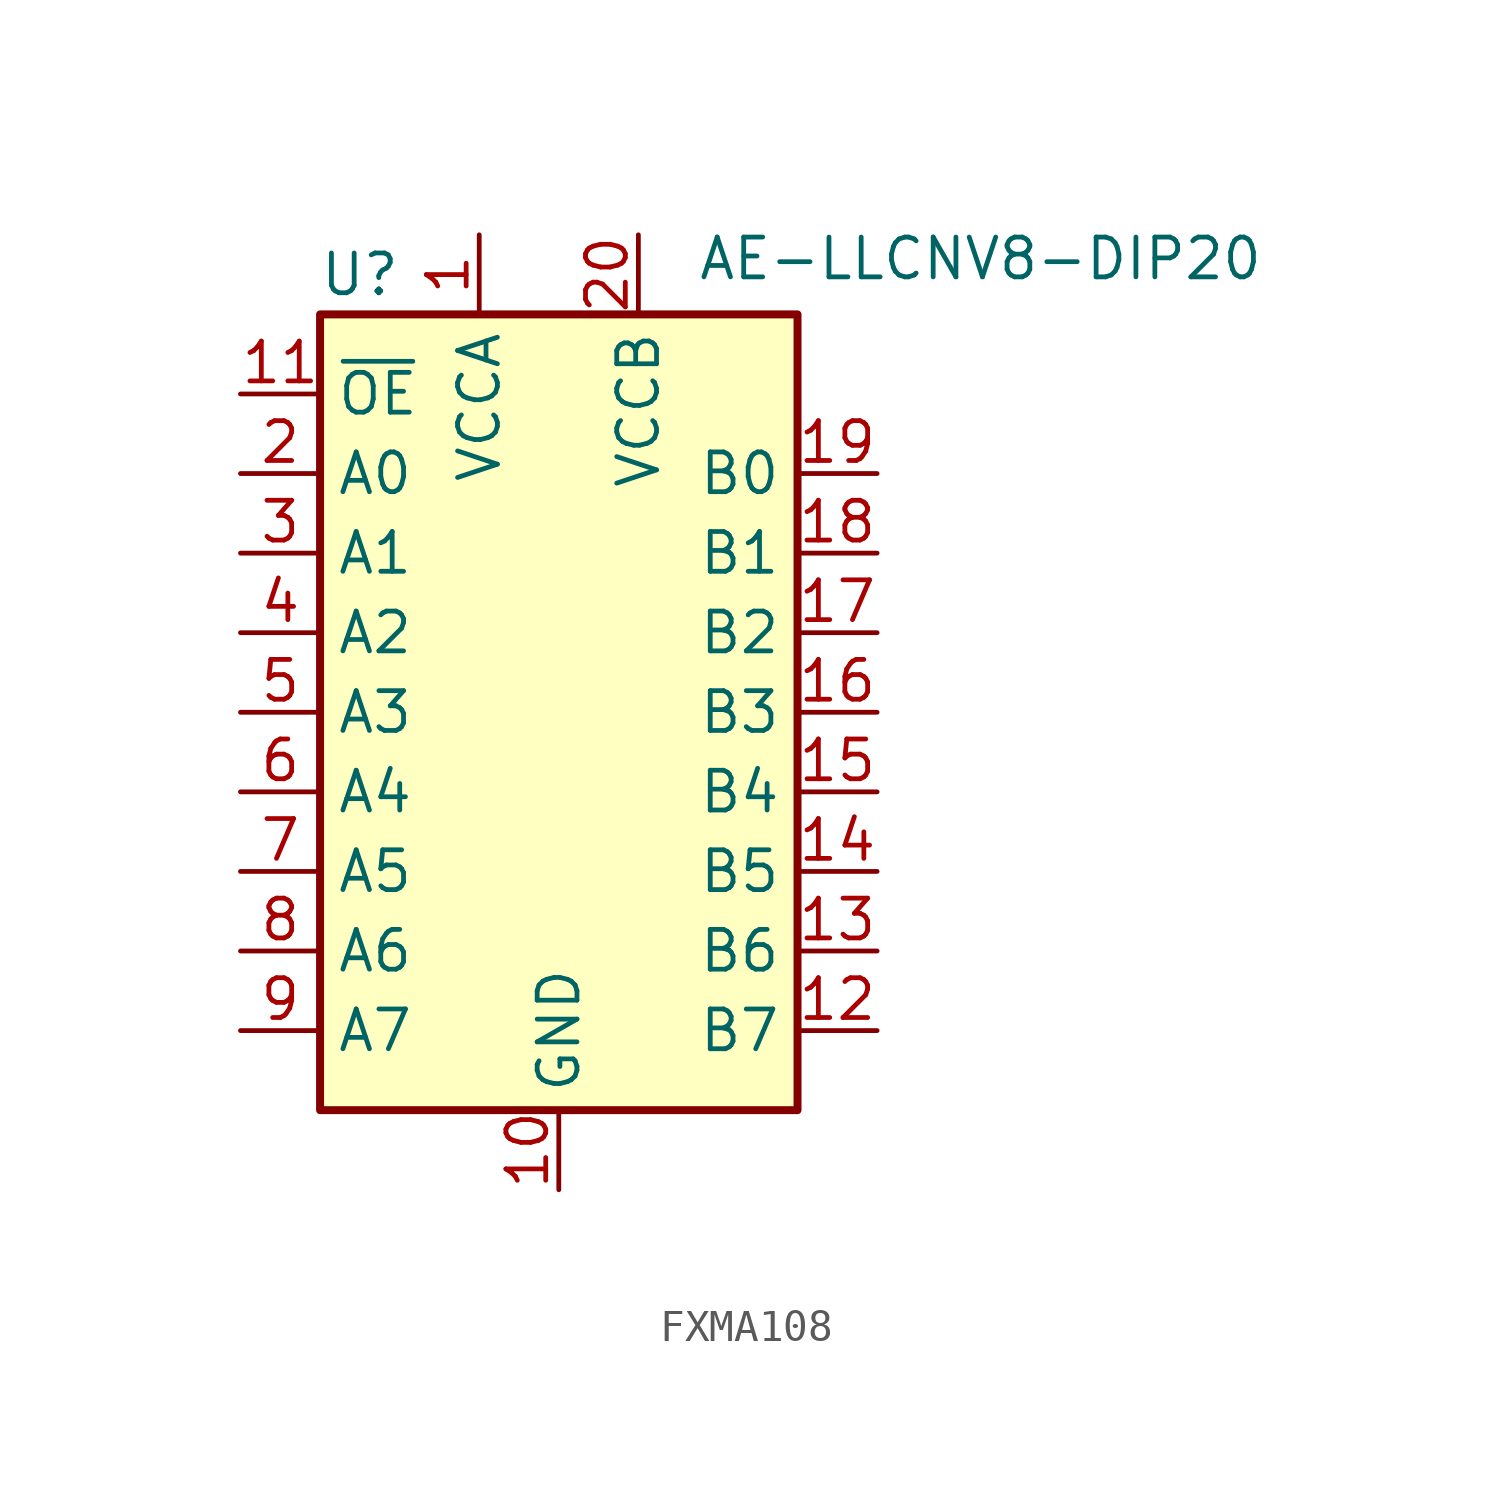
<source format=kicad_sym>
(kicad_symbol_lib
  (version 20220914)
  (generator kicad_symbol_editor)
  (symbol "FXMA108"
    (property "Reference" "U"
      (at -6.35 13.97 0)
      (effects (font (size 1.27 1.27))))
    (property "Value" "AE-LLCNV8-DIP20"
      (at 13.462 14.478 0)
      (effects (font (size 1.27 1.27))))
    (symbol "FXMA108_1_1"
      (rectangle (start -7.62 12.7) (end 7.62 -12.7) (stroke (width 0.254) (type default)) (fill (type background)))
      (pin power_in line (at -2.54 15.24 270) (length 2.54) (name "VCCA" (effects (font (size 1.27 1.27)))) (number "1" (effects (font (size 1.27 1.27)))))
      (pin power_in line (at 0 -15.24 90) (length 2.54) (name "GND" (effects (font (size 1.27 1.27)))) (number "10" (effects (font (size 1.27 1.27)))))
      (pin input line (at -10.16 10.16 0) (length 2.54) (name "~{OE}" (effects (font (size 1.27 1.27)))) (number "11" (effects (font (size 1.27 1.27)))))
      (pin bidirectional line (at 10.16 -10.16 180) (length 2.54) (name "B7" (effects (font (size 1.27 1.27)))) (number "12" (effects (font (size 1.27 1.27)))))
      (pin bidirectional line (at 10.16 -7.62 180) (length 2.54) (name "B6" (effects (font (size 1.27 1.27)))) (number "13" (effects (font (size 1.27 1.27)))))
      (pin bidirectional line (at 10.16 -5.08 180) (length 2.54) (name "B5" (effects (font (size 1.27 1.27)))) (number "14" (effects (font (size 1.27 1.27)))))
      (pin bidirectional line (at 10.16 -2.54 180) (length 2.54) (name "B4" (effects (font (size 1.27 1.27)))) (number "15" (effects (font (size 1.27 1.27)))))
      (pin bidirectional line (at 10.16 0 180) (length 2.54) (name "B3" (effects (font (size 1.27 1.27)))) (number "16" (effects (font (size 1.27 1.27)))))
      (pin bidirectional line (at 10.16 2.54 180) (length 2.54) (name "B2" (effects (font (size 1.27 1.27)))) (number "17" (effects (font (size 1.27 1.27)))))
      (pin bidirectional line (at 10.16 5.08 180) (length 2.54) (name "B1" (effects (font (size 1.27 1.27)))) (number "18" (effects (font (size 1.27 1.27)))))
      (pin bidirectional line (at 10.16 7.62 180) (length 2.54) (name "B0" (effects (font (size 1.27 1.27)))) (number "19" (effects (font (size 1.27 1.27)))))
      (pin bidirectional line (at -10.16 7.62 0) (length 2.54) (name "A0" (effects (font (size 1.27 1.27)))) (number "2" (effects (font (size 1.27 1.27)))))
      (pin power_in line (at 2.54 15.24 270) (length 2.54) (name "VCCB" (effects (font (size 1.27 1.27)))) (number "20" (effects (font (size 1.27 1.27)))))
      (pin bidirectional line (at -10.16 5.08 0) (length 2.54) (name "A1" (effects (font (size 1.27 1.27)))) (number "3" (effects (font (size 1.27 1.27)))))
      (pin bidirectional line (at -10.16 2.54 0) (length 2.54) (name "A2" (effects (font (size 1.27 1.27)))) (number "4" (effects (font (size 1.27 1.27)))))
      (pin bidirectional line (at -10.16 0 0) (length 2.54) (name "A3" (effects (font (size 1.27 1.27)))) (number "5" (effects (font (size 1.27 1.27)))))
      (pin bidirectional line (at -10.16 -2.54 0) (length 2.54) (name "A4" (effects (font (size 1.27 1.27)))) (number "6" (effects (font (size 1.27 1.27)))))
      (pin bidirectional line (at -10.16 -5.08 0) (length 2.54) (name "A5" (effects (font (size 1.27 1.27)))) (number "7" (effects (font (size 1.27 1.27)))))
      (pin bidirectional line (at -10.16 -7.62 0) (length 2.54) (name "A6" (effects (font (size 1.27 1.27)))) (number "8" (effects (font (size 1.27 1.27)))))
      (pin bidirectional line (at -10.16 -10.16 0) (length 2.54) (name "A7" (effects (font (size 1.27 1.27)))) (number "9" (effects (font (size 1.27 1.27))))))))
</source>
